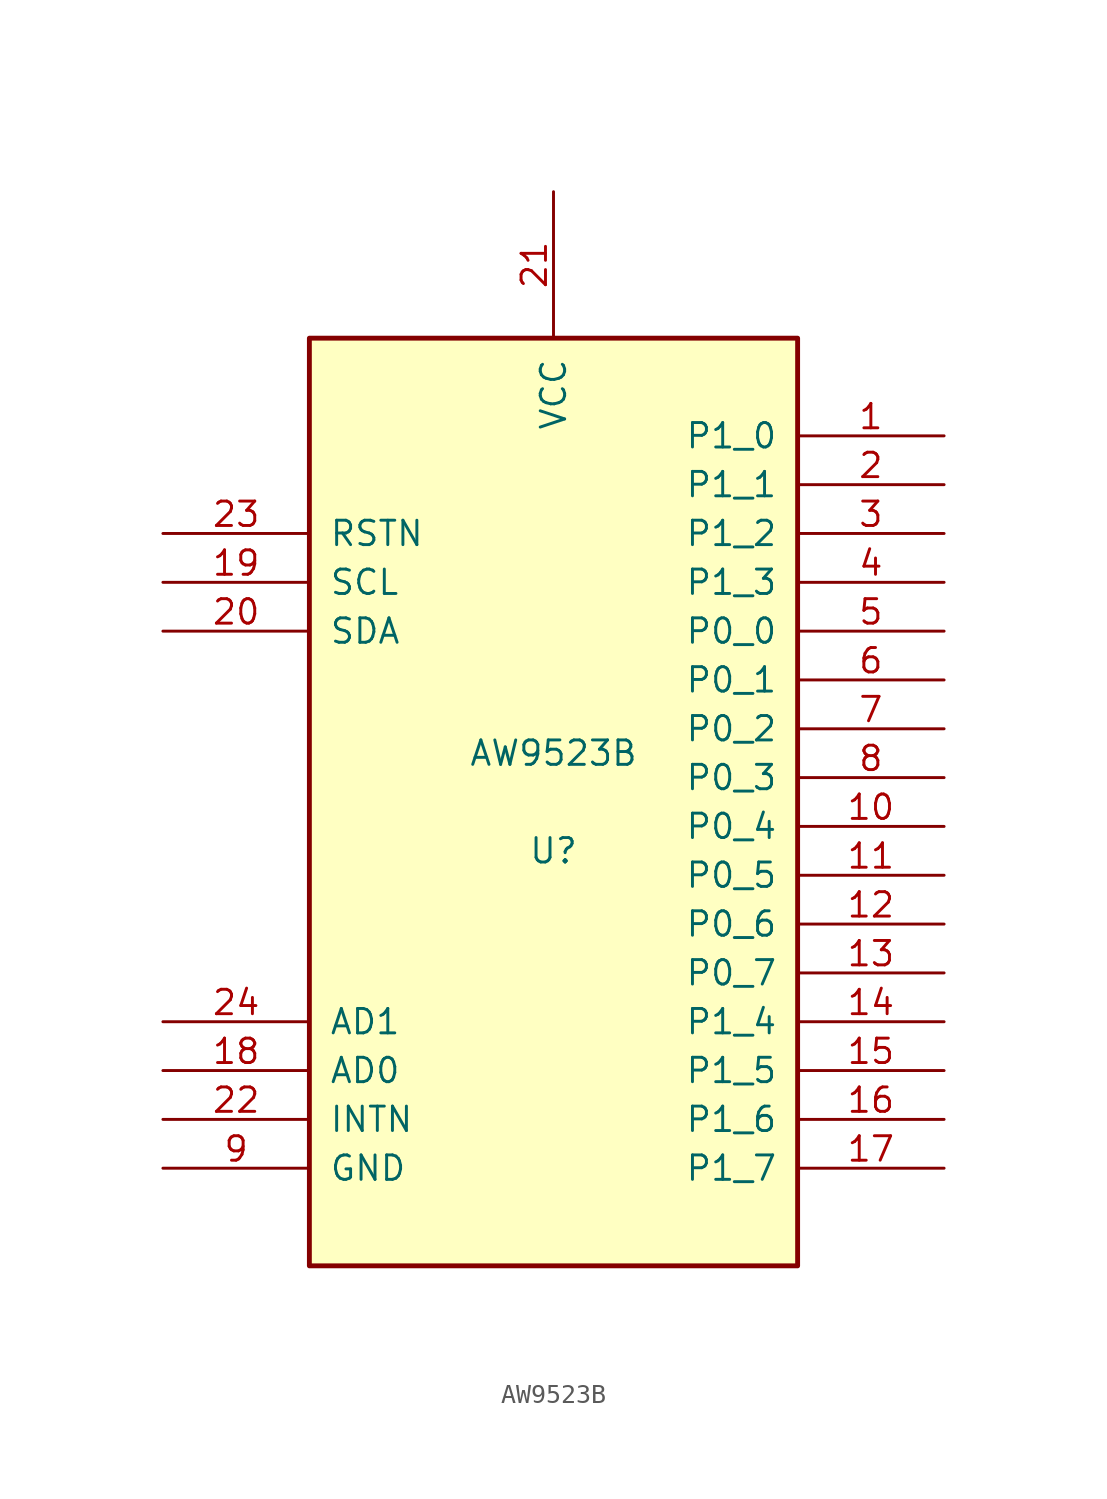
<source format=kicad_sym>
(kicad_symbol_lib
  (version 20231120)
  (generator "kicad_symbol_editor")
  (generator_version "8.0")
  (symbol "AW9523B"
    (pin_names
      (offset 1.016))
    (property "Reference" "U"
      (at 0 -2.54 0)
      (effects (font (size 1.27 1.27))))
    (property "Value" "AW9523B"
      (at 0 2.54 0)
      (effects (font (size 1.27 1.27))))
    (symbol "AW9523B_1_0"
      (rectangle (start -12.7 24.13) (end 12.7 -24.13) (stroke (width 0.254) (type default)) (fill (type background))))
    (symbol "AW9523B_1_1"
      (pin bidirectional line (at 20.32 19.05 180) (length 7.62) (name "P1_0" (effects (font (size 1.27 1.27)))) (number "1" (effects (font (size 1.27 1.27)))))
      (pin bidirectional line (at 20.32 -1.27 180) (length 7.62) (name "P0_4" (effects (font (size 1.27 1.27)))) (number "10" (effects (font (size 1.27 1.27)))))
      (pin bidirectional line (at 20.32 -3.81 180) (length 7.62) (name "P0_5" (effects (font (size 1.27 1.27)))) (number "11" (effects (font (size 1.27 1.27)))))
      (pin bidirectional line (at 20.32 -6.35 180) (length 7.62) (name "P0_6" (effects (font (size 1.27 1.27)))) (number "12" (effects (font (size 1.27 1.27)))))
      (pin bidirectional line (at 20.32 -8.89 180) (length 7.62) (name "P0_7" (effects (font (size 1.27 1.27)))) (number "13" (effects (font (size 1.27 1.27)))))
      (pin bidirectional line (at 20.32 -11.43 180) (length 7.62) (name "P1_4" (effects (font (size 1.27 1.27)))) (number "14" (effects (font (size 1.27 1.27)))))
      (pin bidirectional line (at 20.32 -13.97 180) (length 7.62) (name "P1_5" (effects (font (size 1.27 1.27)))) (number "15" (effects (font (size 1.27 1.27)))))
      (pin bidirectional line (at 20.32 -16.51 180) (length 7.62) (name "P1_6" (effects (font (size 1.27 1.27)))) (number "16" (effects (font (size 1.27 1.27)))))
      (pin bidirectional line (at 20.32 -19.05 180) (length 7.62) (name "P1_7" (effects (font (size 1.27 1.27)))) (number "17" (effects (font (size 1.27 1.27)))))
      (pin input line (at -20.32 -13.97 0) (length 7.62) (name "AD0" (effects (font (size 1.27 1.27)))) (number "18" (effects (font (size 1.27 1.27)))))
      (pin input line (at -20.32 11.43 0) (length 7.62) (name "SCL" (effects (font (size 1.27 1.27)))) (number "19" (effects (font (size 1.27 1.27)))))
      (pin bidirectional line (at 20.32 16.51 180) (length 7.62) (name "P1_1" (effects (font (size 1.27 1.27)))) (number "2" (effects (font (size 1.27 1.27)))))
      (pin bidirectional line (at -20.32 8.89 0) (length 7.62) (name "SDA" (effects (font (size 1.27 1.27)))) (number "20" (effects (font (size 1.27 1.27)))))
      (pin power_in line (at 0 31.75 270) (length 7.62) (name "VCC" (effects (font (size 1.27 1.27)))) (number "21" (effects (font (size 1.27 1.27)))))
      (pin output line (at -20.32 -16.51 0) (length 7.62) (name "INTN" (effects (font (size 1.27 1.27)))) (number "22" (effects (font (size 1.27 1.27)))))
      (pin input line (at -20.32 13.97 0) (length 7.62) (name "RSTN" (effects (font (size 1.27 1.27)))) (number "23" (effects (font (size 1.27 1.27)))))
      (pin input line (at -20.32 -11.43 0) (length 7.62) (name "AD1" (effects (font (size 1.27 1.27)))) (number "24" (effects (font (size 1.27 1.27)))))
      (pin bidirectional line (at 20.32 13.97 180) (length 7.62) (name "P1_2" (effects (font (size 1.27 1.27)))) (number "3" (effects (font (size 1.27 1.27)))))
      (pin bidirectional line (at 20.32 11.43 180) (length 7.62) (name "P1_3" (effects (font (size 1.27 1.27)))) (number "4" (effects (font (size 1.27 1.27)))))
      (pin bidirectional line (at 20.32 8.89 180) (length 7.62) (name "P0_0" (effects (font (size 1.27 1.27)))) (number "5" (effects (font (size 1.27 1.27)))))
      (pin bidirectional line (at 20.32 6.35 180) (length 7.62) (name "P0_1" (effects (font (size 1.27 1.27)))) (number "6" (effects (font (size 1.27 1.27)))))
      (pin bidirectional line (at 20.32 3.81 180) (length 7.62) (name "P0_2" (effects (font (size 1.27 1.27)))) (number "7" (effects (font (size 1.27 1.27)))))
      (pin bidirectional line (at 20.32 1.27 180) (length 7.62) (name "P0_3" (effects (font (size 1.27 1.27)))) (number "8" (effects (font (size 1.27 1.27)))))
      (pin power_in line (at -20.32 -19.05 0) (length 7.62) (name "GND" (effects (font (size 1.27 1.27)))) (number "9" (effects (font (size 1.27 1.27))))))))
</source>
